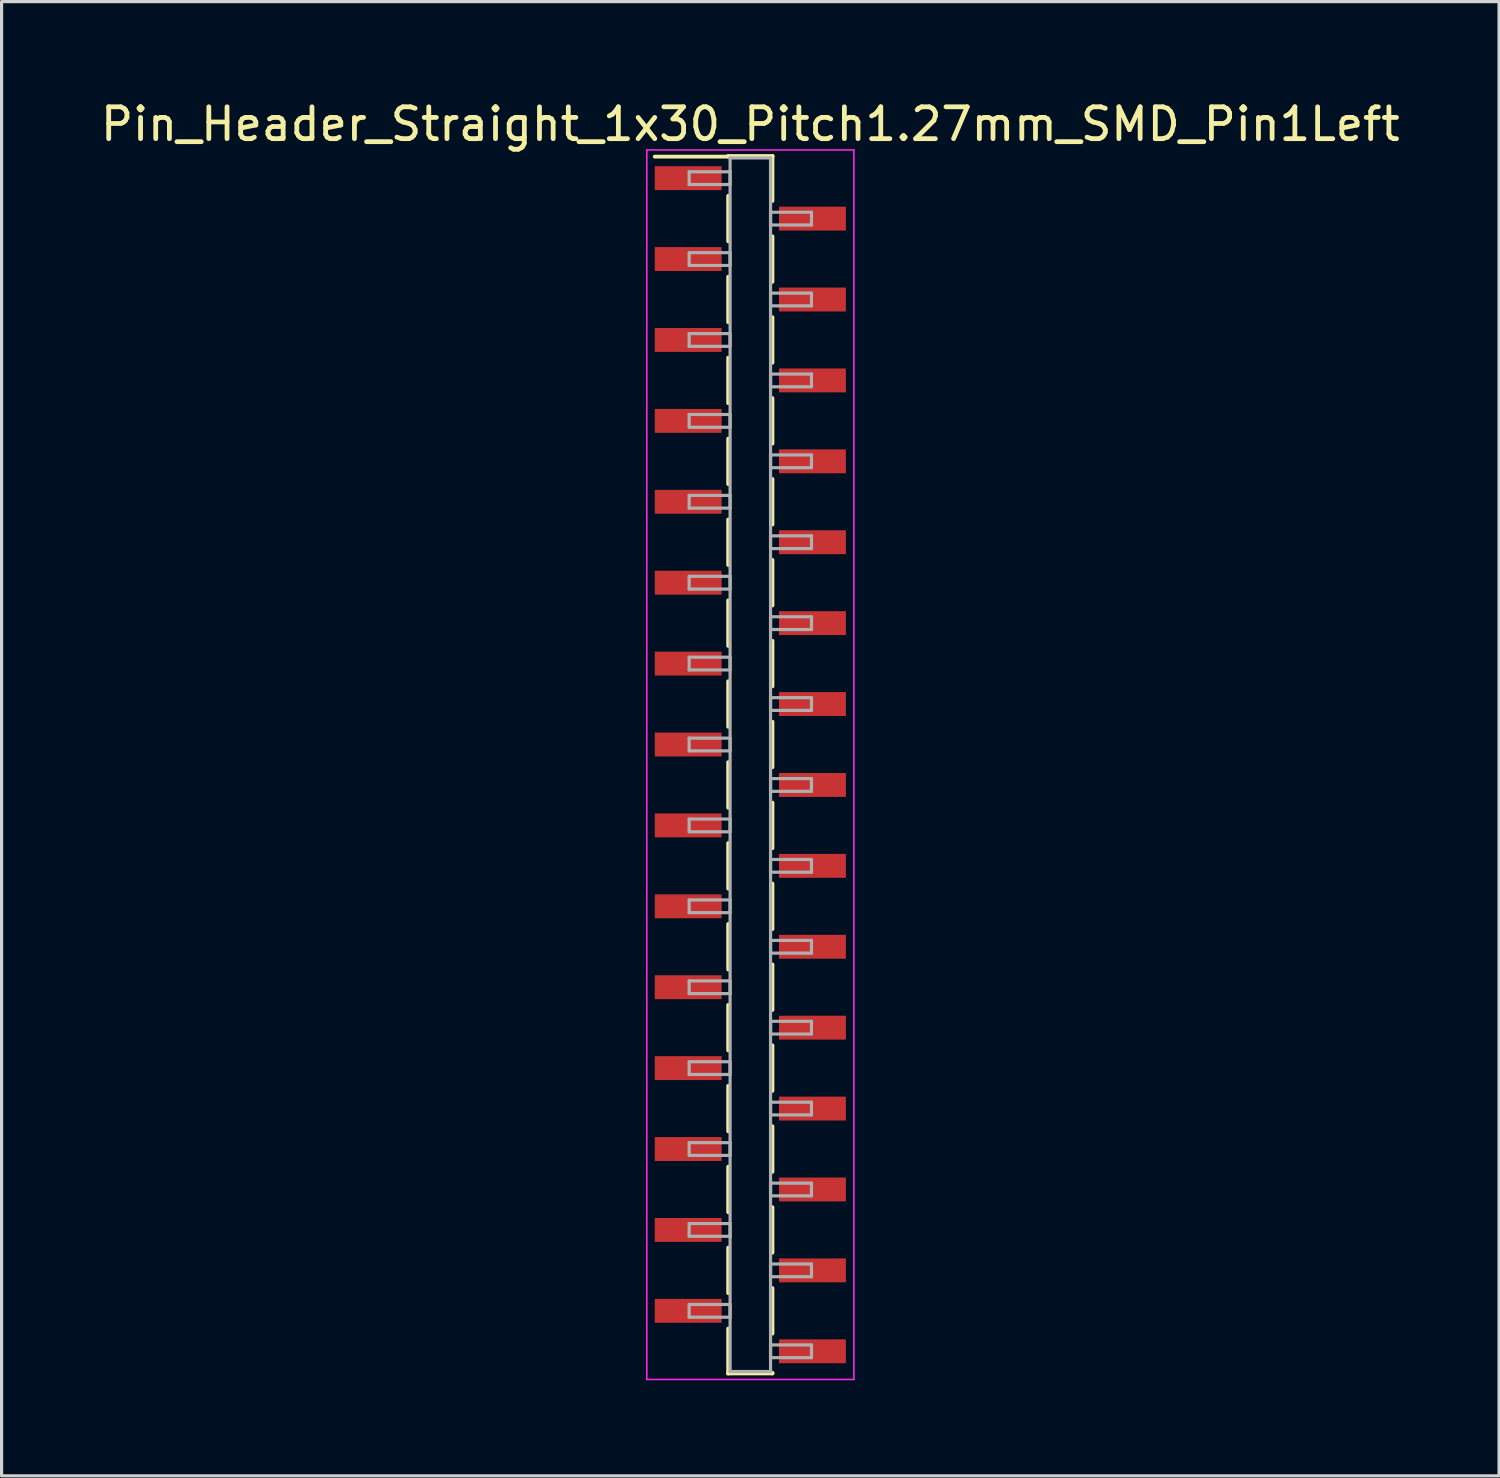
<source format=kicad_pcb>
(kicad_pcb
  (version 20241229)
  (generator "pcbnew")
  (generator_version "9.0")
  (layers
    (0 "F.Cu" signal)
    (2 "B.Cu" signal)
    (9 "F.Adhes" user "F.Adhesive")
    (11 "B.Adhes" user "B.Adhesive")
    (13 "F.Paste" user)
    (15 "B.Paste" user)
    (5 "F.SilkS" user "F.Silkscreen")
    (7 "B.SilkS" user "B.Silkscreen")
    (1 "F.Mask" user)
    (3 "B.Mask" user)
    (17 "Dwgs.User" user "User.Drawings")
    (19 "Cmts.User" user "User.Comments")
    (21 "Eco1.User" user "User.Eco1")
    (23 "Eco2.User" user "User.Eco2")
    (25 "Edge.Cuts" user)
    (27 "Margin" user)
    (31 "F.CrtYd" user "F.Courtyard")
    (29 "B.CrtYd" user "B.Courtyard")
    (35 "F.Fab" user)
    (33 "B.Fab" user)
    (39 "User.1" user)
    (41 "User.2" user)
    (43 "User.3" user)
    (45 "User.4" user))
  (footprint "Pin_Header_Straight_1x30_Pitch1.27mm_SMD_Pin1Left"
    (layer "F.Cu")
    (at 20.506 20.958)
    (property "Reference" "Pin_Header_Straight_1x30_Pitch1.27mm_SMD_Pin1Left" (at 0 -20.11 0) (layer "F.SilkS") (effects (font (size 1 1) (thickness 0.15))))
    (attr smd)
    (fp_line (start -0.695 -19.11) (end 0.695 -19.11) (stroke (width 0.12) (type solid)) (layer "F.SilkS"))
    (fp_line (start -0.695 -19.09) (end -3 -19.09) (stroke (width 0.12) (type solid)) (layer "F.SilkS"))
    (fp_line (start -0.695 -19.09) (end -0.695 -19.11) (stroke (width 0.12) (type solid)) (layer "F.SilkS"))
    (fp_line (start -0.695 -17.86) (end -0.695 -16.43) (stroke (width 0.12) (type solid)) (layer "F.SilkS"))
    (fp_line (start -0.695 -15.32) (end -0.695 -13.89) (stroke (width 0.12) (type solid)) (layer "F.SilkS"))
    (fp_line (start -0.695 -12.78) (end -0.695 -11.35) (stroke (width 0.12) (type solid)) (layer "F.SilkS"))
    (fp_line (start -0.695 -10.24) (end -0.695 -8.81) (stroke (width 0.12) (type solid)) (layer "F.SilkS"))
    (fp_line (start -0.695 -7.7) (end -0.695 -6.27) (stroke (width 0.12) (type solid)) (layer "F.SilkS"))
    (fp_line (start -0.695 -5.16) (end -0.695 -3.73) (stroke (width 0.12) (type solid)) (layer "F.SilkS"))
    (fp_line (start -0.695 -2.62) (end -0.695 -1.19) (stroke (width 0.12) (type solid)) (layer "F.SilkS"))
    (fp_line (start -0.695 -0.08) (end -0.695 1.35) (stroke (width 0.12) (type solid)) (layer "F.SilkS"))
    (fp_line (start -0.695 2.46) (end -0.695 3.89) (stroke (width 0.12) (type solid)) (layer "F.SilkS"))
    (fp_line (start -0.695 5) (end -0.695 6.43) (stroke (width 0.12) (type solid)) (layer "F.SilkS"))
    (fp_line (start -0.695 7.54) (end -0.695 8.97) (stroke (width 0.12) (type solid)) (layer "F.SilkS"))
    (fp_line (start -0.695 10.08) (end -0.695 11.51) (stroke (width 0.12) (type solid)) (layer "F.SilkS"))
    (fp_line (start -0.695 12.62) (end -0.695 14.05) (stroke (width 0.12) (type solid)) (layer "F.SilkS"))
    (fp_line (start -0.695 15.16) (end -0.695 16.59) (stroke (width 0.12) (type solid)) (layer "F.SilkS"))
    (fp_line (start -0.695 17.7) (end -0.695 19.11) (stroke (width 0.12) (type solid)) (layer "F.SilkS"))
    (fp_line (start -0.695 19.09) (end -0.695 19.11) (stroke (width 0.12) (type solid)) (layer "F.SilkS"))
    (fp_line (start -0.695 19.11) (end 0.695 19.11) (stroke (width 0.12) (type solid)) (layer "F.SilkS"))
    (fp_line (start 0.695 -19.11) (end 0.695 -19.09) (stroke (width 0.12) (type solid)) (layer "F.SilkS"))
    (fp_line (start 0.695 -19.11) (end 0.695 -17.7) (stroke (width 0.12) (type solid)) (layer "F.SilkS"))
    (fp_line (start 0.695 -16.59) (end 0.695 -15.16) (stroke (width 0.12) (type solid)) (layer "F.SilkS"))
    (fp_line (start 0.695 -14.05) (end 0.695 -12.62) (stroke (width 0.12) (type solid)) (layer "F.SilkS"))
    (fp_line (start 0.695 -11.51) (end 0.695 -10.08) (stroke (width 0.12) (type solid)) (layer "F.SilkS"))
    (fp_line (start 0.695 -8.97) (end 0.695 -7.54) (stroke (width 0.12) (type solid)) (layer "F.SilkS"))
    (fp_line (start 0.695 -6.43) (end 0.695 -5) (stroke (width 0.12) (type solid)) (layer "F.SilkS"))
    (fp_line (start 0.695 -3.89) (end 0.695 -2.46) (stroke (width 0.12) (type solid)) (layer "F.SilkS"))
    (fp_line (start 0.695 -1.35) (end 0.695 0.08) (stroke (width 0.12) (type solid)) (layer "F.SilkS"))
    (fp_line (start 0.695 1.19) (end 0.695 2.62) (stroke (width 0.12) (type solid)) (layer "F.SilkS"))
    (fp_line (start 0.695 3.73) (end 0.695 5.16) (stroke (width 0.12) (type solid)) (layer "F.SilkS"))
    (fp_line (start 0.695 6.27) (end 0.695 7.7) (stroke (width 0.12) (type solid)) (layer "F.SilkS"))
    (fp_line (start 0.695 8.81) (end 0.695 10.24) (stroke (width 0.12) (type solid)) (layer "F.SilkS"))
    (fp_line (start 0.695 11.35) (end 0.695 12.78) (stroke (width 0.12) (type solid)) (layer "F.SilkS"))
    (fp_line (start 0.695 13.89) (end 0.695 15.32) (stroke (width 0.12) (type solid)) (layer "F.SilkS"))
    (fp_line (start 0.695 16.43) (end 0.695 17.86) (stroke (width 0.12) (type solid)) (layer "F.SilkS"))
    (fp_line (start 0.695 19.11) (end 0.695 19.09) (stroke (width 0.12) (type solid)) (layer "F.SilkS"))
    (fp_line (start -3.25 -19.3) (end -3.25 19.3) (stroke (width 0.05) (type solid)) (layer "F.CrtYd"))
    (fp_line (start -3.25 19.3) (end 3.25 19.3) (stroke (width 0.05) (type solid)) (layer "F.CrtYd"))
    (fp_line (start 3.25 -19.3) (end -3.25 -19.3) (stroke (width 0.05) (type solid)) (layer "F.CrtYd"))
    (fp_line (start 3.25 19.3) (end 3.25 -19.3) (stroke (width 0.05) (type solid)) (layer "F.CrtYd"))
    (fp_line (start -1.92 -18.615) (end -0.635 -18.615) (stroke (width 0.1) (type solid)) (layer "F.Fab"))
    (fp_line (start -1.92 -18.215) (end -1.92 -18.615) (stroke (width 0.1) (type solid)) (layer "F.Fab"))
    (fp_line (start -1.92 -16.075) (end -0.635 -16.075) (stroke (width 0.1) (type solid)) (layer "F.Fab"))
    (fp_line (start -1.92 -15.675) (end -1.92 -16.075) (stroke (width 0.1) (type solid)) (layer "F.Fab"))
    (fp_line (start -1.92 -13.535) (end -0.635 -13.535) (stroke (width 0.1) (type solid)) (layer "F.Fab"))
    (fp_line (start -1.92 -13.135) (end -1.92 -13.535) (stroke (width 0.1) (type solid)) (layer "F.Fab"))
    (fp_line (start -1.92 -10.995) (end -0.635 -10.995) (stroke (width 0.1) (type solid)) (layer "F.Fab"))
    (fp_line (start -1.92 -10.595) (end -1.92 -10.995) (stroke (width 0.1) (type solid)) (layer "F.Fab"))
    (fp_line (start -1.92 -8.455) (end -0.635 -8.455) (stroke (width 0.1) (type solid)) (layer "F.Fab"))
    (fp_line (start -1.92 -8.055) (end -1.92 -8.455) (stroke (width 0.1) (type solid)) (layer "F.Fab"))
    (fp_line (start -1.92 -5.915) (end -0.635 -5.915) (stroke (width 0.1) (type solid)) (layer "F.Fab"))
    (fp_line (start -1.92 -5.515) (end -1.92 -5.915) (stroke (width 0.1) (type solid)) (layer "F.Fab"))
    (fp_line (start -1.92 -3.375) (end -0.635 -3.375) (stroke (width 0.1) (type solid)) (layer "F.Fab"))
    (fp_line (start -1.92 -2.975) (end -1.92 -3.375) (stroke (width 0.1) (type solid)) (layer "F.Fab"))
    (fp_line (start -1.92 -0.835) (end -0.635 -0.835) (stroke (width 0.1) (type solid)) (layer "F.Fab"))
    (fp_line (start -1.92 -0.435) (end -1.92 -0.835) (stroke (width 0.1) (type solid)) (layer "F.Fab"))
    (fp_line (start -1.92 1.705) (end -0.635 1.705) (stroke (width 0.1) (type solid)) (layer "F.Fab"))
    (fp_line (start -1.92 2.105) (end -1.92 1.705) (stroke (width 0.1) (type solid)) (layer "F.Fab"))
    (fp_line (start -1.92 4.245) (end -0.635 4.245) (stroke (width 0.1) (type solid)) (layer "F.Fab"))
    (fp_line (start -1.92 4.645) (end -1.92 4.245) (stroke (width 0.1) (type solid)) (layer "F.Fab"))
    (fp_line (start -1.92 6.785) (end -0.635 6.785) (stroke (width 0.1) (type solid)) (layer "F.Fab"))
    (fp_line (start -1.92 7.185) (end -1.92 6.785) (stroke (width 0.1) (type solid)) (layer "F.Fab"))
    (fp_line (start -1.92 9.325) (end -0.635 9.325) (stroke (width 0.1) (type solid)) (layer "F.Fab"))
    (fp_line (start -1.92 9.725) (end -1.92 9.325) (stroke (width 0.1) (type solid)) (layer "F.Fab"))
    (fp_line (start -1.92 11.865) (end -0.635 11.865) (stroke (width 0.1) (type solid)) (layer "F.Fab"))
    (fp_line (start -1.92 12.265) (end -1.92 11.865) (stroke (width 0.1) (type solid)) (layer "F.Fab"))
    (fp_line (start -1.92 14.405) (end -0.635 14.405) (stroke (width 0.1) (type solid)) (layer "F.Fab"))
    (fp_line (start -1.92 14.805) (end -1.92 14.405) (stroke (width 0.1) (type solid)) (layer "F.Fab"))
    (fp_line (start -1.92 16.945) (end -0.635 16.945) (stroke (width 0.1) (type solid)) (layer "F.Fab"))
    (fp_line (start -1.92 17.345) (end -1.92 16.945) (stroke (width 0.1) (type solid)) (layer "F.Fab"))
    (fp_line (start -0.635 -19.05) (end -0.635 19.05) (stroke (width 0.1) (type solid)) (layer "F.Fab"))
    (fp_line (start -0.635 -18.615) (end -0.635 -18.215) (stroke (width 0.1) (type solid)) (layer "F.Fab"))
    (fp_line (start -0.635 -18.215) (end -1.92 -18.215) (stroke (width 0.1) (type solid)) (layer "F.Fab"))
    (fp_line (start -0.635 -16.075) (end -0.635 -15.675) (stroke (width 0.1) (type solid)) (layer "F.Fab"))
    (fp_line (start -0.635 -15.675) (end -1.92 -15.675) (stroke (width 0.1) (type solid)) (layer "F.Fab"))
    (fp_line (start -0.635 -13.535) (end -0.635 -13.135) (stroke (width 0.1) (type solid)) (layer "F.Fab"))
    (fp_line (start -0.635 -13.135) (end -1.92 -13.135) (stroke (width 0.1) (type solid)) (layer "F.Fab"))
    (fp_line (start -0.635 -10.995) (end -0.635 -10.595) (stroke (width 0.1) (type solid)) (layer "F.Fab"))
    (fp_line (start -0.635 -10.595) (end -1.92 -10.595) (stroke (width 0.1) (type solid)) (layer "F.Fab"))
    (fp_line (start -0.635 -8.455) (end -0.635 -8.055) (stroke (width 0.1) (type solid)) (layer "F.Fab"))
    (fp_line (start -0.635 -8.055) (end -1.92 -8.055) (stroke (width 0.1) (type solid)) (layer "F.Fab"))
    (fp_line (start -0.635 -5.915) (end -0.635 -5.515) (stroke (width 0.1) (type solid)) (layer "F.Fab"))
    (fp_line (start -0.635 -5.515) (end -1.92 -5.515) (stroke (width 0.1) (type solid)) (layer "F.Fab"))
    (fp_line (start -0.635 -3.375) (end -0.635 -2.975) (stroke (width 0.1) (type solid)) (layer "F.Fab"))
    (fp_line (start -0.635 -2.975) (end -1.92 -2.975) (stroke (width 0.1) (type solid)) (layer "F.Fab"))
    (fp_line (start -0.635 -0.835) (end -0.635 -0.435) (stroke (width 0.1) (type solid)) (layer "F.Fab"))
    (fp_line (start -0.635 -0.435) (end -1.92 -0.435) (stroke (width 0.1) (type solid)) (layer "F.Fab"))
    (fp_line (start -0.635 1.705) (end -0.635 2.105) (stroke (width 0.1) (type solid)) (layer "F.Fab"))
    (fp_line (start -0.635 2.105) (end -1.92 2.105) (stroke (width 0.1) (type solid)) (layer "F.Fab"))
    (fp_line (start -0.635 4.245) (end -0.635 4.645) (stroke (width 0.1) (type solid)) (layer "F.Fab"))
    (fp_line (start -0.635 4.645) (end -1.92 4.645) (stroke (width 0.1) (type solid)) (layer "F.Fab"))
    (fp_line (start -0.635 6.785) (end -0.635 7.185) (stroke (width 0.1) (type solid)) (layer "F.Fab"))
    (fp_line (start -0.635 7.185) (end -1.92 7.185) (stroke (width 0.1) (type solid)) (layer "F.Fab"))
    (fp_line (start -0.635 9.325) (end -0.635 9.725) (stroke (width 0.1) (type solid)) (layer "F.Fab"))
    (fp_line (start -0.635 9.725) (end -1.92 9.725) (stroke (width 0.1) (type solid)) (layer "F.Fab"))
    (fp_line (start -0.635 11.865) (end -0.635 12.265) (stroke (width 0.1) (type solid)) (layer "F.Fab"))
    (fp_line (start -0.635 12.265) (end -1.92 12.265) (stroke (width 0.1) (type solid)) (layer "F.Fab"))
    (fp_line (start -0.635 14.405) (end -0.635 14.805) (stroke (width 0.1) (type solid)) (layer "F.Fab"))
    (fp_line (start -0.635 14.805) (end -1.92 14.805) (stroke (width 0.1) (type solid)) (layer "F.Fab"))
    (fp_line (start -0.635 16.945) (end -0.635 17.345) (stroke (width 0.1) (type solid)) (layer "F.Fab"))
    (fp_line (start -0.635 17.345) (end -1.92 17.345) (stroke (width 0.1) (type solid)) (layer "F.Fab"))
    (fp_line (start -0.635 19.05) (end 0.635 19.05) (stroke (width 0.1) (type solid)) (layer "F.Fab"))
    (fp_line (start 0.635 -19.05) (end -0.635 -19.05) (stroke (width 0.1) (type solid)) (layer "F.Fab"))
    (fp_line (start 0.635 -17.345) (end 0.635 -16.945) (stroke (width 0.1) (type solid)) (layer "F.Fab"))
    (fp_line (start 0.635 -16.945) (end 1.92 -16.945) (stroke (width 0.1) (type solid)) (layer "F.Fab"))
    (fp_line (start 0.635 -14.805) (end 0.635 -14.405) (stroke (width 0.1) (type solid)) (layer "F.Fab"))
    (fp_line (start 0.635 -14.405) (end 1.92 -14.405) (stroke (width 0.1) (type solid)) (layer "F.Fab"))
    (fp_line (start 0.635 -12.265) (end 0.635 -11.865) (stroke (width 0.1) (type solid)) (layer "F.Fab"))
    (fp_line (start 0.635 -11.865) (end 1.92 -11.865) (stroke (width 0.1) (type solid)) (layer "F.Fab"))
    (fp_line (start 0.635 -9.725) (end 0.635 -9.325) (stroke (width 0.1) (type solid)) (layer "F.Fab"))
    (fp_line (start 0.635 -9.325) (end 1.92 -9.325) (stroke (width 0.1) (type solid)) (layer "F.Fab"))
    (fp_line (start 0.635 -7.185) (end 0.635 -6.785) (stroke (width 0.1) (type solid)) (layer "F.Fab"))
    (fp_line (start 0.635 -6.785) (end 1.92 -6.785) (stroke (width 0.1) (type solid)) (layer "F.Fab"))
    (fp_line (start 0.635 -4.645) (end 0.635 -4.245) (stroke (width 0.1) (type solid)) (layer "F.Fab"))
    (fp_line (start 0.635 -4.245) (end 1.92 -4.245) (stroke (width 0.1) (type solid)) (layer "F.Fab"))
    (fp_line (start 0.635 -2.105) (end 0.635 -1.705) (stroke (width 0.1) (type solid)) (layer "F.Fab"))
    (fp_line (start 0.635 -1.705) (end 1.92 -1.705) (stroke (width 0.1) (type solid)) (layer "F.Fab"))
    (fp_line (start 0.635 0.435) (end 0.635 0.835) (stroke (width 0.1) (type solid)) (layer "F.Fab"))
    (fp_line (start 0.635 0.835) (end 1.92 0.835) (stroke (width 0.1) (type solid)) (layer "F.Fab"))
    (fp_line (start 0.635 2.975) (end 0.635 3.375) (stroke (width 0.1) (type solid)) (layer "F.Fab"))
    (fp_line (start 0.635 3.375) (end 1.92 3.375) (stroke (width 0.1) (type solid)) (layer "F.Fab"))
    (fp_line (start 0.635 5.515) (end 0.635 5.915) (stroke (width 0.1) (type solid)) (layer "F.Fab"))
    (fp_line (start 0.635 5.915) (end 1.92 5.915) (stroke (width 0.1) (type solid)) (layer "F.Fab"))
    (fp_line (start 0.635 8.055) (end 0.635 8.455) (stroke (width 0.1) (type solid)) (layer "F.Fab"))
    (fp_line (start 0.635 8.455) (end 1.92 8.455) (stroke (width 0.1) (type solid)) (layer "F.Fab"))
    (fp_line (start 0.635 10.595) (end 0.635 10.995) (stroke (width 0.1) (type solid)) (layer "F.Fab"))
    (fp_line (start 0.635 10.995) (end 1.92 10.995) (stroke (width 0.1) (type solid)) (layer "F.Fab"))
    (fp_line (start 0.635 13.135) (end 0.635 13.535) (stroke (width 0.1) (type solid)) (layer "F.Fab"))
    (fp_line (start 0.635 13.535) (end 1.92 13.535) (stroke (width 0.1) (type solid)) (layer "F.Fab"))
    (fp_line (start 0.635 15.675) (end 0.635 16.075) (stroke (width 0.1) (type solid)) (layer "F.Fab"))
    (fp_line (start 0.635 16.075) (end 1.92 16.075) (stroke (width 0.1) (type solid)) (layer "F.Fab"))
    (fp_line (start 0.635 18.215) (end 0.635 18.615) (stroke (width 0.1) (type solid)) (layer "F.Fab"))
    (fp_line (start 0.635 18.615) (end 1.92 18.615) (stroke (width 0.1) (type solid)) (layer "F.Fab"))
    (fp_line (start 0.635 19.05) (end 0.635 -19.05) (stroke (width 0.1) (type solid)) (layer "F.Fab"))
    (fp_line (start 1.92 -17.345) (end 0.635 -17.345) (stroke (width 0.1) (type solid)) (layer "F.Fab"))
    (fp_line (start 1.92 -16.945) (end 1.92 -17.345) (stroke (width 0.1) (type solid)) (layer "F.Fab"))
    (fp_line (start 1.92 -14.805) (end 0.635 -14.805) (stroke (width 0.1) (type solid)) (layer "F.Fab"))
    (fp_line (start 1.92 -14.405) (end 1.92 -14.805) (stroke (width 0.1) (type solid)) (layer "F.Fab"))
    (fp_line (start 1.92 -12.265) (end 0.635 -12.265) (stroke (width 0.1) (type solid)) (layer "F.Fab"))
    (fp_line (start 1.92 -11.865) (end 1.92 -12.265) (stroke (width 0.1) (type solid)) (layer "F.Fab"))
    (fp_line (start 1.92 -9.725) (end 0.635 -9.725) (stroke (width 0.1) (type solid)) (layer "F.Fab"))
    (fp_line (start 1.92 -9.325) (end 1.92 -9.725) (stroke (width 0.1) (type solid)) (layer "F.Fab"))
    (fp_line (start 1.92 -7.185) (end 0.635 -7.185) (stroke (width 0.1) (type solid)) (layer "F.Fab"))
    (fp_line (start 1.92 -6.785) (end 1.92 -7.185) (stroke (width 0.1) (type solid)) (layer "F.Fab"))
    (fp_line (start 1.92 -4.645) (end 0.635 -4.645) (stroke (width 0.1) (type solid)) (layer "F.Fab"))
    (fp_line (start 1.92 -4.245) (end 1.92 -4.645) (stroke (width 0.1) (type solid)) (layer "F.Fab"))
    (fp_line (start 1.92 -2.105) (end 0.635 -2.105) (stroke (width 0.1) (type solid)) (layer "F.Fab"))
    (fp_line (start 1.92 -1.705) (end 1.92 -2.105) (stroke (width 0.1) (type solid)) (layer "F.Fab"))
    (fp_line (start 1.92 0.435) (end 0.635 0.435) (stroke (width 0.1) (type solid)) (layer "F.Fab"))
    (fp_line (start 1.92 0.835) (end 1.92 0.435) (stroke (width 0.1) (type solid)) (layer "F.Fab"))
    (fp_line (start 1.92 2.975) (end 0.635 2.975) (stroke (width 0.1) (type solid)) (layer "F.Fab"))
    (fp_line (start 1.92 3.375) (end 1.92 2.975) (stroke (width 0.1) (type solid)) (layer "F.Fab"))
    (fp_line (start 1.92 5.515) (end 0.635 5.515) (stroke (width 0.1) (type solid)) (layer "F.Fab"))
    (fp_line (start 1.92 5.915) (end 1.92 5.515) (stroke (width 0.1) (type solid)) (layer "F.Fab"))
    (fp_line (start 1.92 8.055) (end 0.635 8.055) (stroke (width 0.1) (type solid)) (layer "F.Fab"))
    (fp_line (start 1.92 8.455) (end 1.92 8.055) (stroke (width 0.1) (type solid)) (layer "F.Fab"))
    (fp_line (start 1.92 10.595) (end 0.635 10.595) (stroke (width 0.1) (type solid)) (layer "F.Fab"))
    (fp_line (start 1.92 10.995) (end 1.92 10.595) (stroke (width 0.1) (type solid)) (layer "F.Fab"))
    (fp_line (start 1.92 13.135) (end 0.635 13.135) (stroke (width 0.1) (type solid)) (layer "F.Fab"))
    (fp_line (start 1.92 13.535) (end 1.92 13.135) (stroke (width 0.1) (type solid)) (layer "F.Fab"))
    (fp_line (start 1.92 15.675) (end 0.635 15.675) (stroke (width 0.1) (type solid)) (layer "F.Fab"))
    (fp_line (start 1.92 16.075) (end 1.92 15.675) (stroke (width 0.1) (type solid)) (layer "F.Fab"))
    (fp_line (start 1.92 18.215) (end 0.635 18.215) (stroke (width 0.1) (type solid)) (layer "F.Fab"))
    (fp_line (start 1.92 18.615) (end 1.92 18.215) (stroke (width 0.1) (type solid)) (layer "F.Fab"))
    (pad "1" smd rect (at -1.95 -18.415) (size 2.1 0.75) (layers "F.Cu" "F.Mask"))
    (pad "2" smd rect (at 1.95 -17.145) (size 2.1 0.75) (layers "F.Cu" "F.Mask"))
    (pad "3" smd rect (at -1.95 -15.875) (size 2.1 0.75) (layers "F.Cu" "F.Mask"))
    (pad "4" smd rect (at 1.95 -14.605) (size 2.1 0.75) (layers "F.Cu" "F.Mask"))
    (pad "5" smd rect (at -1.95 -13.335) (size 2.1 0.75) (layers "F.Cu" "F.Mask"))
    (pad "6" smd rect (at 1.95 -12.065) (size 2.1 0.75) (layers "F.Cu" "F.Mask"))
    (pad "7" smd rect (at -1.95 -10.795) (size 2.1 0.75) (layers "F.Cu" "F.Mask"))
    (pad "8" smd rect (at 1.95 -9.525) (size 2.1 0.75) (layers "F.Cu" "F.Mask"))
    (pad "9" smd rect (at -1.95 -8.255) (size 2.1 0.75) (layers "F.Cu" "F.Mask"))
    (pad "10" smd rect (at 1.95 -6.985) (size 2.1 0.75) (layers "F.Cu" "F.Mask"))
    (pad "11" smd rect (at -1.95 -5.715) (size 2.1 0.75) (layers "F.Cu" "F.Mask"))
    (pad "12" smd rect (at 1.95 -4.445) (size 2.1 0.75) (layers "F.Cu" "F.Mask"))
    (pad "13" smd rect (at -1.95 -3.175) (size 2.1 0.75) (layers "F.Cu" "F.Mask"))
    (pad "14" smd rect (at 1.95 -1.905) (size 2.1 0.75) (layers "F.Cu" "F.Mask"))
    (pad "15" smd rect (at -1.95 -0.635) (size 2.1 0.75) (layers "F.Cu" "F.Mask"))
    (pad "16" smd rect (at 1.95 0.635) (size 2.1 0.75) (layers "F.Cu" "F.Mask"))
    (pad "17" smd rect (at -1.95 1.905) (size 2.1 0.75) (layers "F.Cu" "F.Mask"))
    (pad "18" smd rect (at 1.95 3.175) (size 2.1 0.75) (layers "F.Cu" "F.Mask"))
    (pad "19" smd rect (at -1.95 4.445) (size 2.1 0.75) (layers "F.Cu" "F.Mask"))
    (pad "20" smd rect (at 1.95 5.715) (size 2.1 0.75) (layers "F.Cu" "F.Mask"))
    (pad "21" smd rect (at -1.95 6.985) (size 2.1 0.75) (layers "F.Cu" "F.Mask"))
    (pad "22" smd rect (at 1.95 8.255) (size 2.1 0.75) (layers "F.Cu" "F.Mask"))
    (pad "23" smd rect (at -1.95 9.525) (size 2.1 0.75) (layers "F.Cu" "F.Mask"))
    (pad "24" smd rect (at 1.95 10.795) (size 2.1 0.75) (layers "F.Cu" "F.Mask"))
    (pad "25" smd rect (at -1.95 12.065) (size 2.1 0.75) (layers "F.Cu" "F.Mask"))
    (pad "26" smd rect (at 1.95 13.335) (size 2.1 0.75) (layers "F.Cu" "F.Mask"))
    (pad "27" smd rect (at -1.95 14.605) (size 2.1 0.75) (layers "F.Cu" "F.Mask"))
    (pad "28" smd rect (at 1.95 15.875) (size 2.1 0.75) (layers "F.Cu" "F.Mask"))
    (pad "29" smd rect (at -1.95 17.145) (size 2.1 0.75) (layers "F.Cu" "F.Mask"))
    (pad "30" smd rect (at 1.95 18.415) (size 2.1 0.75) (layers "F.Cu" "F.Mask")))
  (gr_rect
    (start -3 -3)
    (end 44.012 43.283)
    (stroke (width 0.1) (type default))
    (fill no)
    (layer "Edge.Cuts")))
</source>
